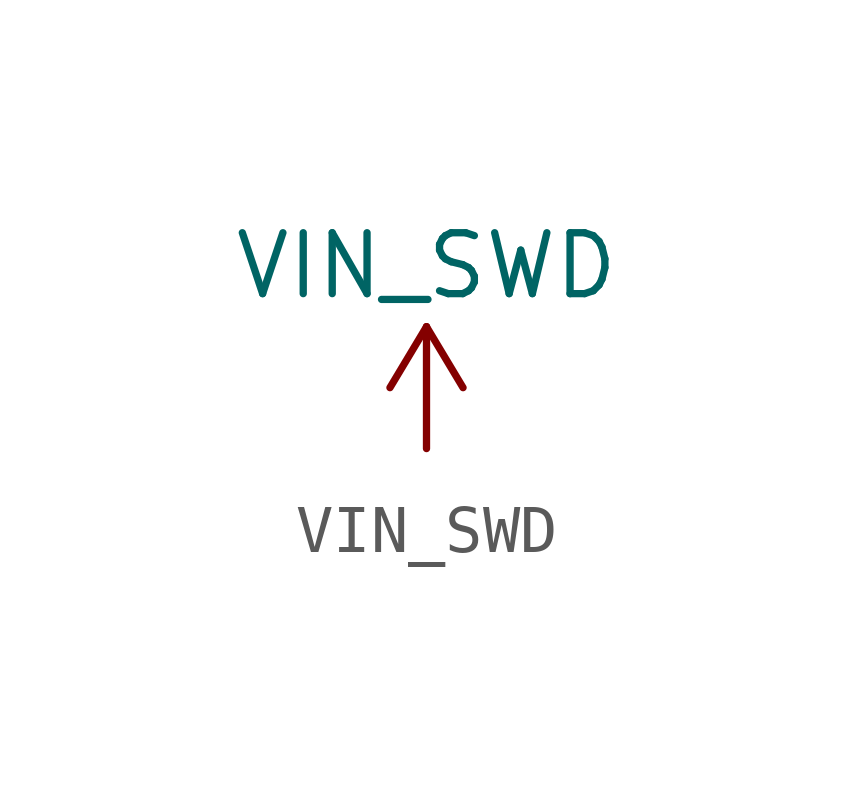
<source format=kicad_sym>
(kicad_symbol_lib
  (version 20220914)
  (generator kicad_symbol_editor)
  (symbol "VIN_SWD"
    (property "Reference" "#PWR"
      (at 0 -2.54 0)
      (effects (font (size 1.27 1.27)) hide))
    (property "Value" "VIN_SWD"
      (at 0 3.81 0)
      (effects (font (size 1.27 1.27))))
    (symbol "VIN_SWD_0_1"
      (polyline (pts (xy -0.762 1.27) (xy 0 2.54)) (stroke (width 0) (type default)) (fill (type none)))
      (polyline (pts (xy 0 0) (xy 0 2.54)) (stroke (width 0) (type default)) (fill (type none)))
      (polyline (pts (xy 0 2.54) (xy 0.762 1.27)) (stroke (width 0) (type default)) (fill (type none))))
    (symbol "VIN_SWD_1_1"
      (pin power_in line (at 0 0 90) (length 0) hide (name "VIN_SWD" (effects (font (size 1.27 1.27)))) (number "1" (effects (font (size 1.27 1.27))))))))
</source>
